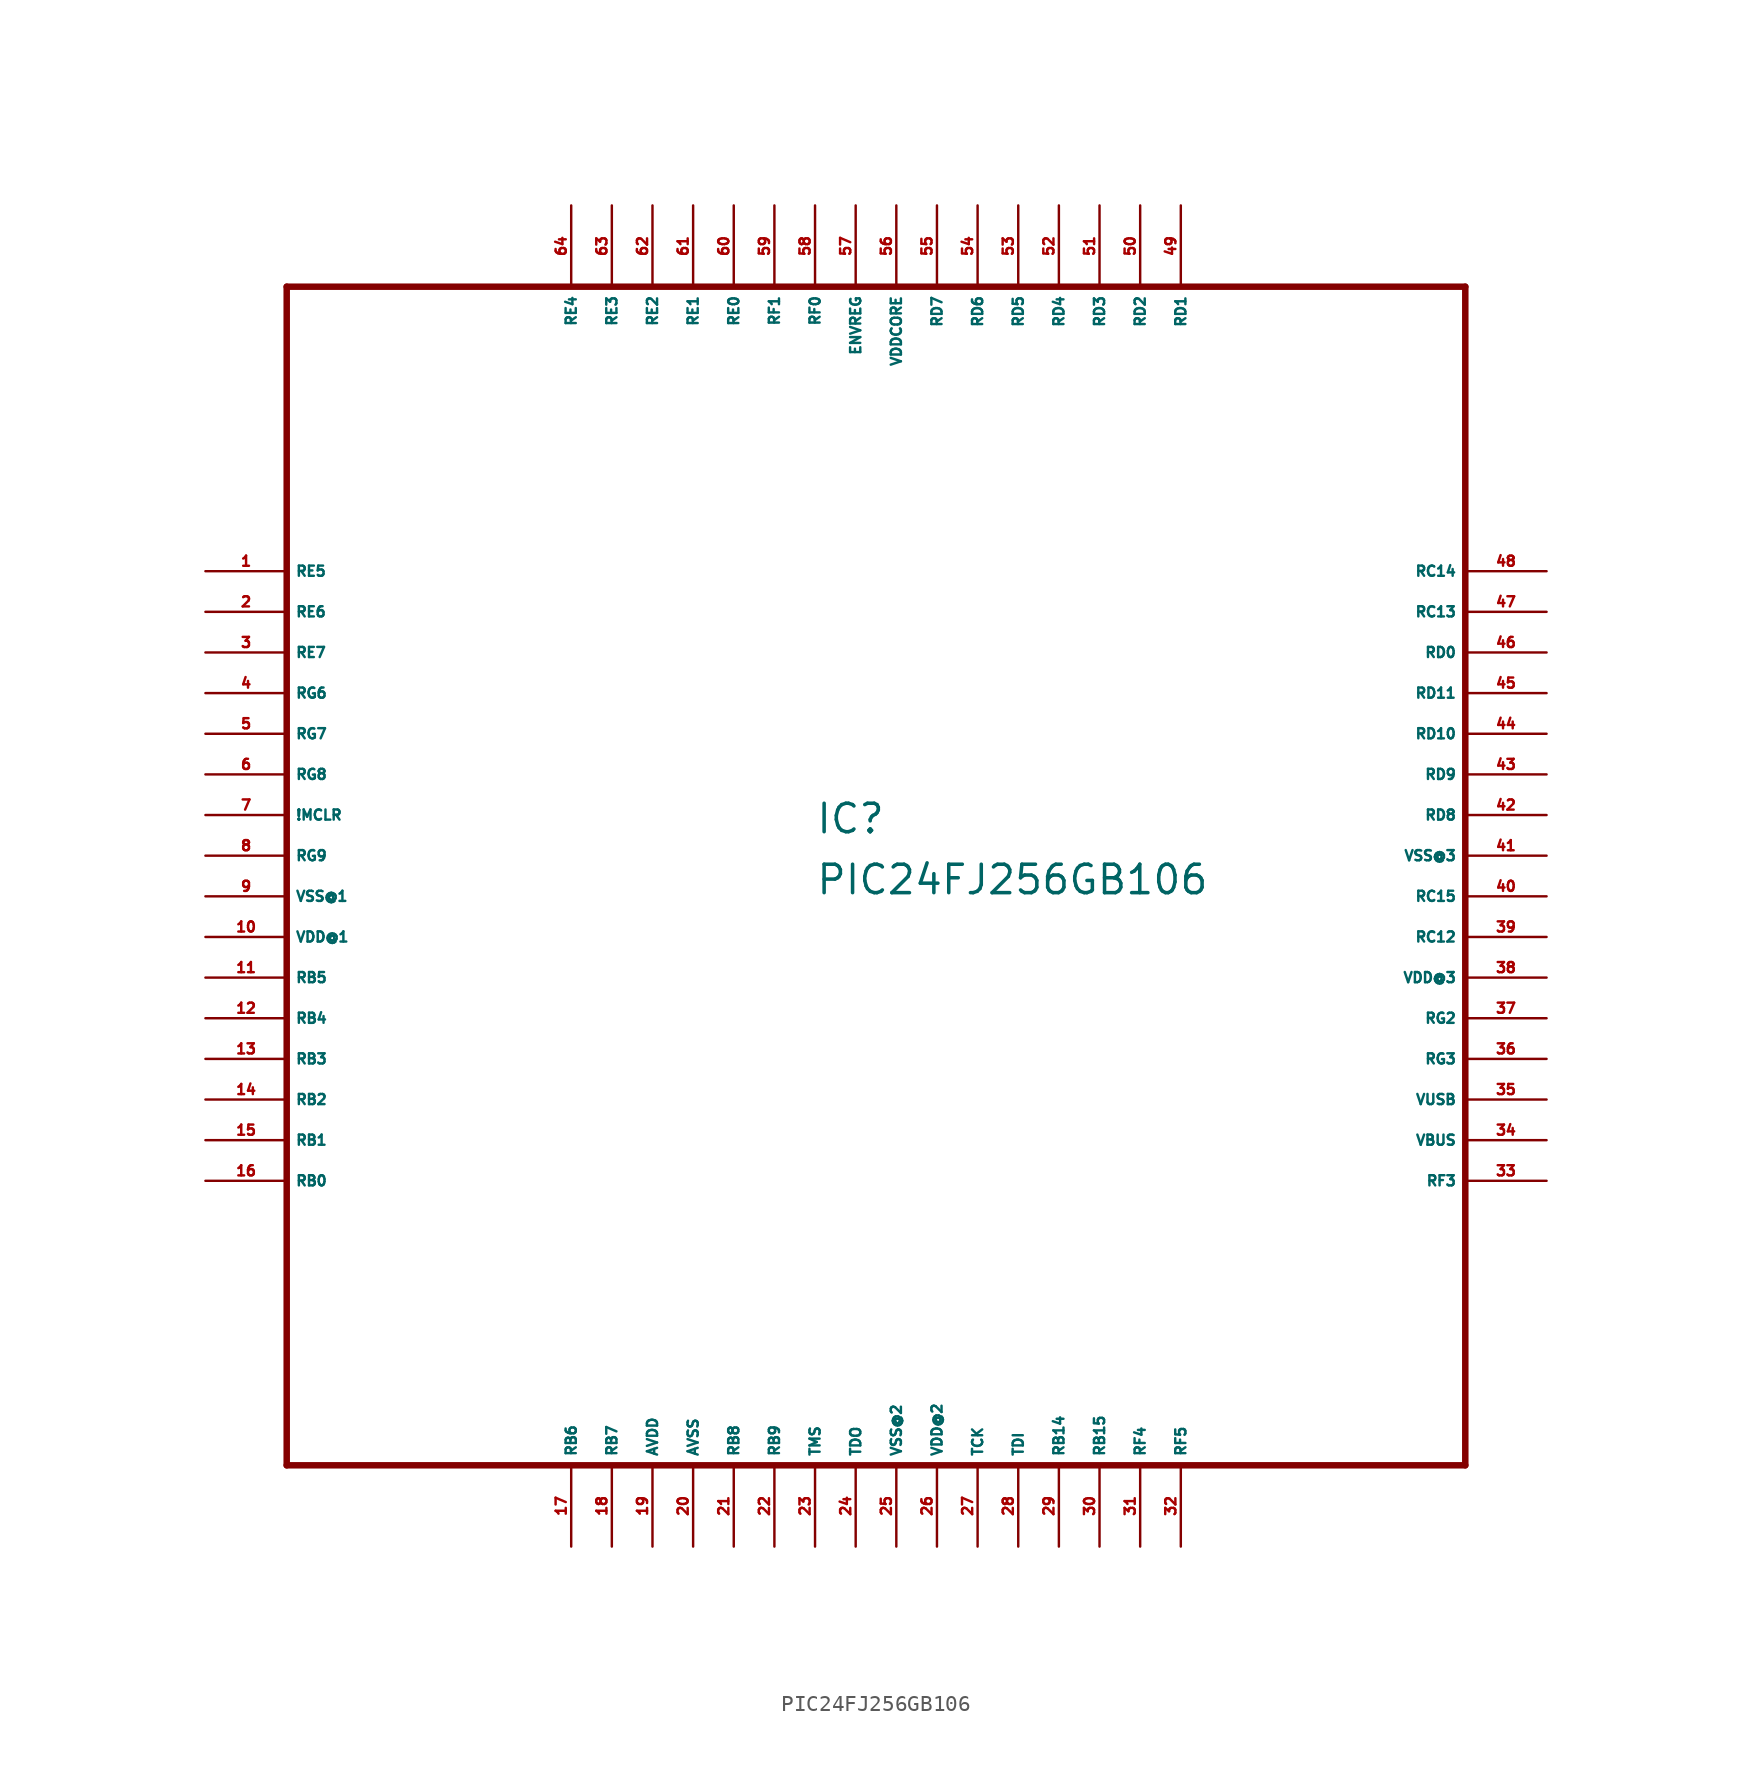
<source format=kicad_sym>
(kicad_symbol_lib
  (version 20220914)
  (generator Eagle2Kicad)
  (symbol "PIC24FJ256GB106"
    (property "Reference" "IC"
      (at -5.08 1.27 0)
      (effects (font (size 1.778 1.778) (thickness 0.22)) (justify left bottom)))
    (property "Value" "PIC24FJ256GB106"
      (at -5.08 -2.54 0)
      (effects (font (size 1.778 1.778) (thickness 0.22)) (justify left bottom)))
    (polyline
      (pts (xy -38.1 -38.1) (xy 35.56 -38.1))
      (stroke (width 0.406) (type default))
      (fill (type none)))
    (polyline
      (pts (xy 35.56 -38.1) (xy 35.56 35.56))
      (stroke (width 0.406) (type default))
      (fill (type none)))
    (polyline
      (pts (xy 35.56 35.56) (xy -38.1 35.56))
      (stroke (width 0.406) (type default))
      (fill (type none)))
    (polyline
      (pts (xy -38.1 35.56) (xy -38.1 -38.1))
      (stroke (width 0.406) (type default))
      (fill (type none)))
    (pin bidirectional line
      (at -43.18 17.78 0)
      (length 5.08)
      (name "RE5" (effects (font (size 0.635 0.635) (thickness 0.08)) (justify left bottom)))
      (number "1" (effects (font (size 0.635 0.635) (thickness 0.08)) (justify left bottom))))
    (pin bidirectional line
      (at -43.18 15.24 0)
      (length 5.08)
      (name "RE6" (effects (font (size 0.635 0.635) (thickness 0.08)) (justify left bottom)))
      (number "2" (effects (font (size 0.635 0.635) (thickness 0.08)) (justify left bottom))))
    (pin bidirectional line
      (at -43.18 12.7 0)
      (length 5.08)
      (name "RE7" (effects (font (size 0.635 0.635) (thickness 0.08)) (justify left bottom)))
      (number "3" (effects (font (size 0.635 0.635) (thickness 0.08)) (justify left bottom))))
    (pin bidirectional line
      (at -43.18 10.16 0)
      (length 5.08)
      (name "RG6" (effects (font (size 0.635 0.635) (thickness 0.08)) (justify left bottom)))
      (number "4" (effects (font (size 0.635 0.635) (thickness 0.08)) (justify left bottom))))
    (pin bidirectional line
      (at -43.18 7.62 0)
      (length 5.08)
      (name "RG7" (effects (font (size 0.635 0.635) (thickness 0.08)) (justify left bottom)))
      (number "5" (effects (font (size 0.635 0.635) (thickness 0.08)) (justify left bottom))))
    (pin bidirectional line
      (at -43.18 5.08 0)
      (length 5.08)
      (name "RG8" (effects (font (size 0.635 0.635) (thickness 0.08)) (justify left bottom)))
      (number "6" (effects (font (size 0.635 0.635) (thickness 0.08)) (justify left bottom))))
    (pin bidirectional line
      (at -43.18 2.54 0)
      (length 5.08)
      (name "!MCLR" (effects (font (size 0.635 0.635) (thickness 0.08)) (justify left bottom)))
      (number "7" (effects (font (size 0.635 0.635) (thickness 0.08)) (justify left bottom))))
    (pin bidirectional line
      (at -43.18 0 0)
      (length 5.08)
      (name "RG9" (effects (font (size 0.635 0.635) (thickness 0.08)) (justify left bottom)))
      (number "8" (effects (font (size 0.635 0.635) (thickness 0.08)) (justify left bottom))))
    (pin unspecified line
      (at -43.18 -2.54 0)
      (length 5.08)
      (name "VSS@1" (effects (font (size 0.635 0.635) (thickness 0.08)) (justify left bottom)))
      (number "9" (effects (font (size 0.635 0.635) (thickness 0.08)) (justify left bottom))))
    (pin unspecified line
      (at -43.18 -5.08 0)
      (length 5.08)
      (name "VDD@1" (effects (font (size 0.635 0.635) (thickness 0.08)) (justify left bottom)))
      (number "10" (effects (font (size 0.635 0.635) (thickness 0.08)) (justify left bottom))))
    (pin bidirectional line
      (at -43.18 -7.62 0)
      (length 5.08)
      (name "RB5" (effects (font (size 0.635 0.635) (thickness 0.08)) (justify left bottom)))
      (number "11" (effects (font (size 0.635 0.635) (thickness 0.08)) (justify left bottom))))
    (pin bidirectional line
      (at -43.18 -10.16 0)
      (length 5.08)
      (name "RB4" (effects (font (size 0.635 0.635) (thickness 0.08)) (justify left bottom)))
      (number "12" (effects (font (size 0.635 0.635) (thickness 0.08)) (justify left bottom))))
    (pin bidirectional line
      (at -43.18 -12.7 0)
      (length 5.08)
      (name "RB3" (effects (font (size 0.635 0.635) (thickness 0.08)) (justify left bottom)))
      (number "13" (effects (font (size 0.635 0.635) (thickness 0.08)) (justify left bottom))))
    (pin bidirectional line
      (at -43.18 -15.24 0)
      (length 5.08)
      (name "RB2" (effects (font (size 0.635 0.635) (thickness 0.08)) (justify left bottom)))
      (number "14" (effects (font (size 0.635 0.635) (thickness 0.08)) (justify left bottom))))
    (pin bidirectional line
      (at -43.18 -17.78 0)
      (length 5.08)
      (name "RB1" (effects (font (size 0.635 0.635) (thickness 0.08)) (justify left bottom)))
      (number "15" (effects (font (size 0.635 0.635) (thickness 0.08)) (justify left bottom))))
    (pin bidirectional line
      (at -43.18 -20.32 0)
      (length 5.08)
      (name "RB0" (effects (font (size 0.635 0.635) (thickness 0.08)) (justify left bottom)))
      (number "16" (effects (font (size 0.635 0.635) (thickness 0.08)) (justify left bottom))))
    (pin bidirectional line
      (at -20.32 -43.18 90)
      (length 5.08)
      (name "RB6" (effects (font (size 0.635 0.635) (thickness 0.08)) (justify left bottom)))
      (number "17" (effects (font (size 0.635 0.635) (thickness 0.08)) (justify left bottom))))
    (pin bidirectional line
      (at -17.78 -43.18 90)
      (length 5.08)
      (name "RB7" (effects (font (size 0.635 0.635) (thickness 0.08)) (justify left bottom)))
      (number "18" (effects (font (size 0.635 0.635) (thickness 0.08)) (justify left bottom))))
    (pin unspecified line
      (at -15.24 -43.18 90)
      (length 5.08)
      (name "AVDD" (effects (font (size 0.635 0.635) (thickness 0.08)) (justify left bottom)))
      (number "19" (effects (font (size 0.635 0.635) (thickness 0.08)) (justify left bottom))))
    (pin unspecified line
      (at -12.7 -43.18 90)
      (length 5.08)
      (name "AVSS" (effects (font (size 0.635 0.635) (thickness 0.08)) (justify left bottom)))
      (number "20" (effects (font (size 0.635 0.635) (thickness 0.08)) (justify left bottom))))
    (pin bidirectional line
      (at -10.16 -43.18 90)
      (length 5.08)
      (name "RB8" (effects (font (size 0.635 0.635) (thickness 0.08)) (justify left bottom)))
      (number "21" (effects (font (size 0.635 0.635) (thickness 0.08)) (justify left bottom))))
    (pin bidirectional line
      (at -7.62 -43.18 90)
      (length 5.08)
      (name "RB9" (effects (font (size 0.635 0.635) (thickness 0.08)) (justify left bottom)))
      (number "22" (effects (font (size 0.635 0.635) (thickness 0.08)) (justify left bottom))))
    (pin input line
      (at -5.08 -43.18 90)
      (length 5.08)
      (name "TMS" (effects (font (size 0.635 0.635) (thickness 0.08)) (justify left bottom)))
      (number "23" (effects (font (size 0.635 0.635) (thickness 0.08)) (justify left bottom))))
    (pin output line
      (at -2.54 -43.18 90)
      (length 5.08)
      (name "TDO" (effects (font (size 0.635 0.635) (thickness 0.08)) (justify left bottom)))
      (number "24" (effects (font (size 0.635 0.635) (thickness 0.08)) (justify left bottom))))
    (pin unspecified line
      (at 0 -43.18 90)
      (length 5.08)
      (name "VSS@2" (effects (font (size 0.635 0.635) (thickness 0.08)) (justify left bottom)))
      (number "25" (effects (font (size 0.635 0.635) (thickness 0.08)) (justify left bottom))))
    (pin unspecified line
      (at 2.54 -43.18 90)
      (length 5.08)
      (name "VDD@2" (effects (font (size 0.635 0.635) (thickness 0.08)) (justify left bottom)))
      (number "26" (effects (font (size 0.635 0.635) (thickness 0.08)) (justify left bottom))))
    (pin input line
      (at 5.08 -43.18 90)
      (length 5.08)
      (name "TCK" (effects (font (size 0.635 0.635) (thickness 0.08)) (justify left bottom)))
      (number "27" (effects (font (size 0.635 0.635) (thickness 0.08)) (justify left bottom))))
    (pin input line
      (at 7.62 -43.18 90)
      (length 5.08)
      (name "TDI" (effects (font (size 0.635 0.635) (thickness 0.08)) (justify left bottom)))
      (number "28" (effects (font (size 0.635 0.635) (thickness 0.08)) (justify left bottom))))
    (pin bidirectional line
      (at 10.16 -43.18 90)
      (length 5.08)
      (name "RB14" (effects (font (size 0.635 0.635) (thickness 0.08)) (justify left bottom)))
      (number "29" (effects (font (size 0.635 0.635) (thickness 0.08)) (justify left bottom))))
    (pin bidirectional line
      (at 12.7 -43.18 90)
      (length 5.08)
      (name "RB15" (effects (font (size 0.635 0.635) (thickness 0.08)) (justify left bottom)))
      (number "30" (effects (font (size 0.635 0.635) (thickness 0.08)) (justify left bottom))))
    (pin bidirectional line
      (at 15.24 -43.18 90)
      (length 5.08)
      (name "RF4" (effects (font (size 0.635 0.635) (thickness 0.08)) (justify left bottom)))
      (number "31" (effects (font (size 0.635 0.635) (thickness 0.08)) (justify left bottom))))
    (pin bidirectional line
      (at 17.78 -43.18 90)
      (length 5.08)
      (name "RF5" (effects (font (size 0.635 0.635) (thickness 0.08)) (justify left bottom)))
      (number "32" (effects (font (size 0.635 0.635) (thickness 0.08)) (justify left bottom))))
    (pin bidirectional line
      (at 40.64 -20.32 180)
      (length 5.08)
      (name "RF3" (effects (font (size 0.635 0.635) (thickness 0.08)) (justify left bottom)))
      (number "33" (effects (font (size 0.635 0.635) (thickness 0.08)) (justify left bottom))))
    (pin passive line
      (at 40.64 -17.78 180)
      (length 5.08)
      (name "VBUS" (effects (font (size 0.635 0.635) (thickness 0.08)) (justify left bottom)))
      (number "34" (effects (font (size 0.635 0.635) (thickness 0.08)) (justify left bottom))))
    (pin passive line
      (at 40.64 -15.24 180)
      (length 5.08)
      (name "VUSB" (effects (font (size 0.635 0.635) (thickness 0.08)) (justify left bottom)))
      (number "35" (effects (font (size 0.635 0.635) (thickness 0.08)) (justify left bottom))))
    (pin bidirectional line
      (at 40.64 -12.7 180)
      (length 5.08)
      (name "RG3" (effects (font (size 0.635 0.635) (thickness 0.08)) (justify left bottom)))
      (number "36" (effects (font (size 0.635 0.635) (thickness 0.08)) (justify left bottom))))
    (pin bidirectional line
      (at 40.64 -10.16 180)
      (length 5.08)
      (name "RG2" (effects (font (size 0.635 0.635) (thickness 0.08)) (justify left bottom)))
      (number "37" (effects (font (size 0.635 0.635) (thickness 0.08)) (justify left bottom))))
    (pin unspecified line
      (at 40.64 -7.62 180)
      (length 5.08)
      (name "VDD@3" (effects (font (size 0.635 0.635) (thickness 0.08)) (justify left bottom)))
      (number "38" (effects (font (size 0.635 0.635) (thickness 0.08)) (justify left bottom))))
    (pin bidirectional line
      (at 40.64 -5.08 180)
      (length 5.08)
      (name "RC12" (effects (font (size 0.635 0.635) (thickness 0.08)) (justify left bottom)))
      (number "39" (effects (font (size 0.635 0.635) (thickness 0.08)) (justify left bottom))))
    (pin bidirectional line
      (at 40.64 -2.54 180)
      (length 5.08)
      (name "RC15" (effects (font (size 0.635 0.635) (thickness 0.08)) (justify left bottom)))
      (number "40" (effects (font (size 0.635 0.635) (thickness 0.08)) (justify left bottom))))
    (pin unspecified line
      (at 40.64 0 180)
      (length 5.08)
      (name "VSS@3" (effects (font (size 0.635 0.635) (thickness 0.08)) (justify left bottom)))
      (number "41" (effects (font (size 0.635 0.635) (thickness 0.08)) (justify left bottom))))
    (pin bidirectional line
      (at 40.64 2.54 180)
      (length 5.08)
      (name "RD8" (effects (font (size 0.635 0.635) (thickness 0.08)) (justify left bottom)))
      (number "42" (effects (font (size 0.635 0.635) (thickness 0.08)) (justify left bottom))))
    (pin bidirectional line
      (at 40.64 5.08 180)
      (length 5.08)
      (name "RD9" (effects (font (size 0.635 0.635) (thickness 0.08)) (justify left bottom)))
      (number "43" (effects (font (size 0.635 0.635) (thickness 0.08)) (justify left bottom))))
    (pin bidirectional line
      (at 40.64 7.62 180)
      (length 5.08)
      (name "RD10" (effects (font (size 0.635 0.635) (thickness 0.08)) (justify left bottom)))
      (number "44" (effects (font (size 0.635 0.635) (thickness 0.08)) (justify left bottom))))
    (pin bidirectional line
      (at 40.64 10.16 180)
      (length 5.08)
      (name "RD11" (effects (font (size 0.635 0.635) (thickness 0.08)) (justify left bottom)))
      (number "45" (effects (font (size 0.635 0.635) (thickness 0.08)) (justify left bottom))))
    (pin bidirectional line
      (at 40.64 12.7 180)
      (length 5.08)
      (name "RD0" (effects (font (size 0.635 0.635) (thickness 0.08)) (justify left bottom)))
      (number "46" (effects (font (size 0.635 0.635) (thickness 0.08)) (justify left bottom))))
    (pin bidirectional line
      (at 40.64 15.24 180)
      (length 5.08)
      (name "RC13" (effects (font (size 0.635 0.635) (thickness 0.08)) (justify left bottom)))
      (number "47" (effects (font (size 0.635 0.635) (thickness 0.08)) (justify left bottom))))
    (pin bidirectional line
      (at 40.64 17.78 180)
      (length 5.08)
      (name "RC14" (effects (font (size 0.635 0.635) (thickness 0.08)) (justify left bottom)))
      (number "48" (effects (font (size 0.635 0.635) (thickness 0.08)) (justify left bottom))))
    (pin bidirectional line
      (at 17.78 40.64 270)
      (length 5.08)
      (name "RD1" (effects (font (size 0.635 0.635) (thickness 0.08)) (justify left bottom)))
      (number "49" (effects (font (size 0.635 0.635) (thickness 0.08)) (justify left bottom))))
    (pin bidirectional line
      (at 15.24 40.64 270)
      (length 5.08)
      (name "RD2" (effects (font (size 0.635 0.635) (thickness 0.08)) (justify left bottom)))
      (number "50" (effects (font (size 0.635 0.635) (thickness 0.08)) (justify left bottom))))
    (pin bidirectional line
      (at 12.7 40.64 270)
      (length 5.08)
      (name "RD3" (effects (font (size 0.635 0.635) (thickness 0.08)) (justify left bottom)))
      (number "51" (effects (font (size 0.635 0.635) (thickness 0.08)) (justify left bottom))))
    (pin bidirectional line
      (at 10.16 40.64 270)
      (length 5.08)
      (name "RD4" (effects (font (size 0.635 0.635) (thickness 0.08)) (justify left bottom)))
      (number "52" (effects (font (size 0.635 0.635) (thickness 0.08)) (justify left bottom))))
    (pin bidirectional line
      (at 7.62 40.64 270)
      (length 5.08)
      (name "RD5" (effects (font (size 0.635 0.635) (thickness 0.08)) (justify left bottom)))
      (number "53" (effects (font (size 0.635 0.635) (thickness 0.08)) (justify left bottom))))
    (pin bidirectional line
      (at 5.08 40.64 270)
      (length 5.08)
      (name "RD6" (effects (font (size 0.635 0.635) (thickness 0.08)) (justify left bottom)))
      (number "54" (effects (font (size 0.635 0.635) (thickness 0.08)) (justify left bottom))))
    (pin bidirectional line
      (at 2.54 40.64 270)
      (length 5.08)
      (name "RD7" (effects (font (size 0.635 0.635) (thickness 0.08)) (justify left bottom)))
      (number "55" (effects (font (size 0.635 0.635) (thickness 0.08)) (justify left bottom))))
    (pin unspecified line
      (at 0 40.64 270)
      (length 5.08)
      (name "VDDCORE" (effects (font (size 0.635 0.635) (thickness 0.08)) (justify left bottom)))
      (number "56" (effects (font (size 0.635 0.635) (thickness 0.08)) (justify left bottom))))
    (pin passive line
      (at -2.54 40.64 270)
      (length 5.08)
      (name "ENVREG" (effects (font (size 0.635 0.635) (thickness 0.08)) (justify left bottom)))
      (number "57" (effects (font (size 0.635 0.635) (thickness 0.08)) (justify left bottom))))
    (pin bidirectional line
      (at -5.08 40.64 270)
      (length 5.08)
      (name "RF0" (effects (font (size 0.635 0.635) (thickness 0.08)) (justify left bottom)))
      (number "58" (effects (font (size 0.635 0.635) (thickness 0.08)) (justify left bottom))))
    (pin bidirectional line
      (at -7.62 40.64 270)
      (length 5.08)
      (name "RF1" (effects (font (size 0.635 0.635) (thickness 0.08)) (justify left bottom)))
      (number "59" (effects (font (size 0.635 0.635) (thickness 0.08)) (justify left bottom))))
    (pin bidirectional line
      (at -10.16 40.64 270)
      (length 5.08)
      (name "RE0" (effects (font (size 0.635 0.635) (thickness 0.08)) (justify left bottom)))
      (number "60" (effects (font (size 0.635 0.635) (thickness 0.08)) (justify left bottom))))
    (pin bidirectional line
      (at -12.7 40.64 270)
      (length 5.08)
      (name "RE1" (effects (font (size 0.635 0.635) (thickness 0.08)) (justify left bottom)))
      (number "61" (effects (font (size 0.635 0.635) (thickness 0.08)) (justify left bottom))))
    (pin bidirectional line
      (at -15.24 40.64 270)
      (length 5.08)
      (name "RE2" (effects (font (size 0.635 0.635) (thickness 0.08)) (justify left bottom)))
      (number "62" (effects (font (size 0.635 0.635) (thickness 0.08)) (justify left bottom))))
    (pin bidirectional line
      (at -17.78 40.64 270)
      (length 5.08)
      (name "RE3" (effects (font (size 0.635 0.635) (thickness 0.08)) (justify left bottom)))
      (number "63" (effects (font (size 0.635 0.635) (thickness 0.08)) (justify left bottom))))
    (pin bidirectional line
      (at -20.32 40.64 270)
      (length 5.08)
      (name "RE4" (effects (font (size 0.635 0.635) (thickness 0.08)) (justify left bottom)))
      (number "64" (effects (font (size 0.635 0.635) (thickness 0.08)) (justify left bottom))))))
</source>
